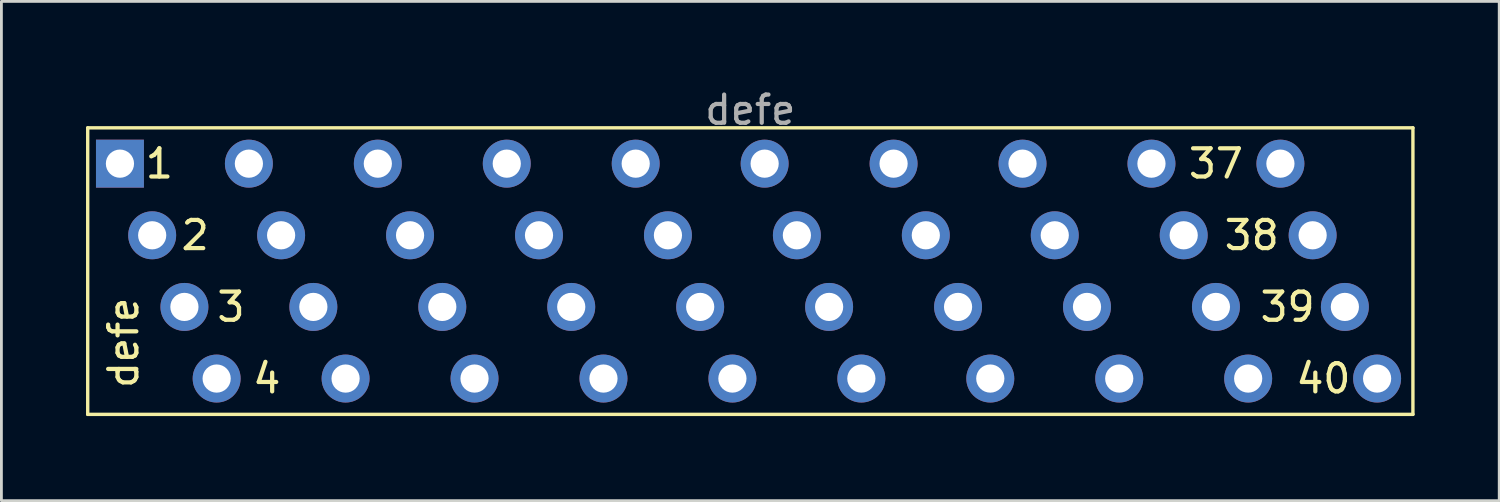
<source format=kicad_pcb>
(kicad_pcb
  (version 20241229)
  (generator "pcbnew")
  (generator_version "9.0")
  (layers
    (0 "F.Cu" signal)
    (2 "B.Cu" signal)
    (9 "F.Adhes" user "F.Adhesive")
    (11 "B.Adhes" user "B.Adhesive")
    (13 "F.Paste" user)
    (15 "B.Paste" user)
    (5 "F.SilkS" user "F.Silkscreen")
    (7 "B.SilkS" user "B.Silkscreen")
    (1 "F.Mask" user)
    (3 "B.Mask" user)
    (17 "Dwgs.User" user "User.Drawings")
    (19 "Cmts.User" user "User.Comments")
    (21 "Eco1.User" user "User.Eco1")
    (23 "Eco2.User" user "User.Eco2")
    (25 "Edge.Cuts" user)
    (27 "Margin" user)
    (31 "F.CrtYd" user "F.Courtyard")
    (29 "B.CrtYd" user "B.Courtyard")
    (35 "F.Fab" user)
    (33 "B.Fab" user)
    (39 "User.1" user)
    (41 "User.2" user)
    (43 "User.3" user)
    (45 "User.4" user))
  (footprint "defe"
    (layer "F.Cu")
    (at 23.555 6.563)
    (property "Reference" "defe" (at -22.225 2.54 90) (layer "F.SilkS") (effects (font (size 1 1) (thickness 0.15))))
    (attr through_hole)
    (fp_line (start -23.495 -5.08) (end 23.495 -5.08) (stroke (width 0.12) (type solid)) (layer "F.SilkS"))
    (fp_line (start -23.495 5.08) (end -23.495 -5.08) (stroke (width 0.12) (type solid)) (layer "F.SilkS"))
    (fp_line (start -23.495 5.08) (end 23.495 5.08) (stroke (width 0.12) (type solid)) (layer "F.SilkS"))
    (fp_line (start 23.495 -5.08) (end 23.495 5.08) (stroke (width 0.12) (type solid)) (layer "F.SilkS"))
    (fp_text user "4" (at -17.145 3.81 0) (layer "F.SilkS") (effects (font (size 1 1) (thickness 0.15))))
    (fp_text user "39" (at 19.05 1.27 0) (layer "F.SilkS") (effects (font (size 1 1) (thickness 0.15))))
    (fp_text user "37" (at 16.51 -3.81 0) (layer "F.SilkS") (effects (font (size 1 1) (thickness 0.15))))
    (fp_text user "1" (at -20.955 -3.81 0) (layer "F.SilkS") (effects (font (size 1 1) (thickness 0.15))))
    (fp_text user "3" (at -18.415 1.27 0) (layer "F.SilkS") (effects (font (size 1 1) (thickness 0.15))))
    (fp_text user "2" (at -19.685 -1.27 0) (layer "F.SilkS") (effects (font (size 1 1) (thickness 0.15))))
    (fp_text user "40" (at 20.32 3.81 0) (layer "F.SilkS") (effects (font (size 1 1) (thickness 0.15))))
    (fp_text user "38" (at 17.78 -1.27 0) (layer "F.SilkS") (effects (font (size 1 1) (thickness 0.15))))
    (fp_text user "${REFERENCE}" (at 0 -5.715 0) (layer "F.Fab") (effects (font (size 1 1) (thickness 0.15))))
    (pad "1" thru_hole rect (at -22.352 -3.81 90) (size 1.7 1.7) (drill 1) (layers "*.Cu" "*.Mask"))
    (pad "2" thru_hole oval (at -21.209 -1.27 90) (size 1.7 1.7) (drill 1) (layers "*.Cu" "*.Mask"))
    (pad "3" thru_hole oval (at -20.066 1.27 90) (size 1.7 1.7) (drill 1) (layers "*.Cu" "*.Mask"))
    (pad "4" thru_hole oval (at -18.923 3.81 90) (size 1.7 1.7) (drill 1) (layers "*.Cu" "*.Mask"))
    (pad "5" thru_hole oval (at -17.78 -3.81 90) (size 1.7 1.7) (drill 1) (layers "*.Cu" "*.Mask"))
    (pad "6" thru_hole oval (at -16.637 -1.27 90) (size 1.7 1.7) (drill 1) (layers "*.Cu" "*.Mask"))
    (pad "7" thru_hole oval (at -15.494 1.27 90) (size 1.7 1.7) (drill 1) (layers "*.Cu" "*.Mask"))
    (pad "8" thru_hole oval (at -14.351 3.81 90) (size 1.7 1.7) (drill 1) (layers "*.Cu" "*.Mask"))
    (pad "9" thru_hole oval (at -13.208 -3.81 90) (size 1.7 1.7) (drill 1) (layers "*.Cu" "*.Mask"))
    (pad "10" thru_hole oval (at -12.065 -1.27 90) (size 1.7 1.7) (drill 1) (layers "*.Cu" "*.Mask"))
    (pad "11" thru_hole oval (at -10.922 1.27 90) (size 1.7 1.7) (drill 1) (layers "*.Cu" "*.Mask"))
    (pad "12" thru_hole oval (at -9.779 3.81 90) (size 1.7 1.7) (drill 1) (layers "*.Cu" "*.Mask"))
    (pad "13" thru_hole oval (at -8.636 -3.81 90) (size 1.7 1.7) (drill 1) (layers "*.Cu" "*.Mask"))
    (pad "14" thru_hole oval (at -7.493 -1.27 90) (size 1.7 1.7) (drill 1) (layers "*.Cu" "*.Mask"))
    (pad "15" thru_hole oval (at -6.35 1.27 90) (size 1.7 1.7) (drill 1) (layers "*.Cu" "*.Mask"))
    (pad "16" thru_hole oval (at -5.207 3.81 90) (size 1.7 1.7) (drill 1) (layers "*.Cu" "*.Mask"))
    (pad "17" thru_hole oval (at -4.064 -3.81 90) (size 1.7 1.7) (drill 1) (layers "*.Cu" "*.Mask"))
    (pad "18" thru_hole oval (at -2.921 -1.27 90) (size 1.7 1.7) (drill 1) (layers "*.Cu" "*.Mask"))
    (pad "19" thru_hole oval (at -1.778 1.27 90) (size 1.7 1.7) (drill 1) (layers "*.Cu" "*.Mask"))
    (pad "20" thru_hole oval (at -0.635 3.81 90) (size 1.7 1.7) (drill 1) (layers "*.Cu" "*.Mask"))
    (pad "21" thru_hole oval (at 0.508 -3.81 90) (size 1.7 1.7) (drill 1) (layers "*.Cu" "*.Mask"))
    (pad "22" thru_hole oval (at 1.651 -1.27 90) (size 1.7 1.7) (drill 1) (layers "*.Cu" "*.Mask"))
    (pad "23" thru_hole oval (at 2.794 1.27 90) (size 1.7 1.7) (drill 1) (layers "*.Cu" "*.Mask"))
    (pad "24" thru_hole oval (at 3.937 3.81 90) (size 1.7 1.7) (drill 1) (layers "*.Cu" "*.Mask"))
    (pad "25" thru_hole oval (at 5.08 -3.81 90) (size 1.7 1.7) (drill 1) (layers "*.Cu" "*.Mask"))
    (pad "26" thru_hole oval (at 6.223 -1.27 90) (size 1.7 1.7) (drill 1) (layers "*.Cu" "*.Mask"))
    (pad "27" thru_hole oval (at 7.366 1.27 90) (size 1.7 1.7) (drill 1) (layers "*.Cu" "*.Mask"))
    (pad "28" thru_hole oval (at 8.509 3.81 90) (size 1.7 1.7) (drill 1) (layers "*.Cu" "*.Mask"))
    (pad "29" thru_hole oval (at 9.652 -3.81 90) (size 1.7 1.7) (drill 1) (layers "*.Cu" "*.Mask"))
    (pad "30" thru_hole oval (at 10.795 -1.27 90) (size 1.7 1.7) (drill 1) (layers "*.Cu" "*.Mask"))
    (pad "31" thru_hole oval (at 11.938 1.27 90) (size 1.7 1.7) (drill 1) (layers "*.Cu" "*.Mask"))
    (pad "32" thru_hole oval (at 13.081 3.81 90) (size 1.7 1.7) (drill 1) (layers "*.Cu" "*.Mask"))
    (pad "33" thru_hole oval (at 14.224 -3.81 90) (size 1.7 1.7) (drill 1) (layers "*.Cu" "*.Mask"))
    (pad "34" thru_hole oval (at 15.367 -1.27 90) (size 1.7 1.7) (drill 1) (layers "*.Cu" "*.Mask"))
    (pad "35" thru_hole oval (at 16.51 1.27 90) (size 1.7 1.7) (drill 1) (layers "*.Cu" "*.Mask"))
    (pad "36" thru_hole oval (at 17.653 3.81 90) (size 1.7 1.7) (drill 1) (layers "*.Cu" "*.Mask"))
    (pad "37" thru_hole oval (at 18.796 -3.81 90) (size 1.7 1.7) (drill 1) (layers "*.Cu" "*.Mask"))
    (pad "38" thru_hole oval (at 19.939 -1.27 90) (size 1.7 1.7) (drill 1) (layers "*.Cu" "*.Mask"))
    (pad "39" thru_hole oval (at 21.082 1.27 90) (size 1.7 1.7) (drill 1) (layers "*.Cu" "*.Mask"))
    (pad "40" thru_hole oval (at 22.225 3.81 90) (size 1.7 1.7) (drill 1) (layers "*.Cu" "*.Mask")))
  (gr_rect
    (start -3 -3)
    (end 50.11 14.703)
    (stroke (width 0.1) (type default))
    (fill no)
    (layer "Edge.Cuts")))
</source>
